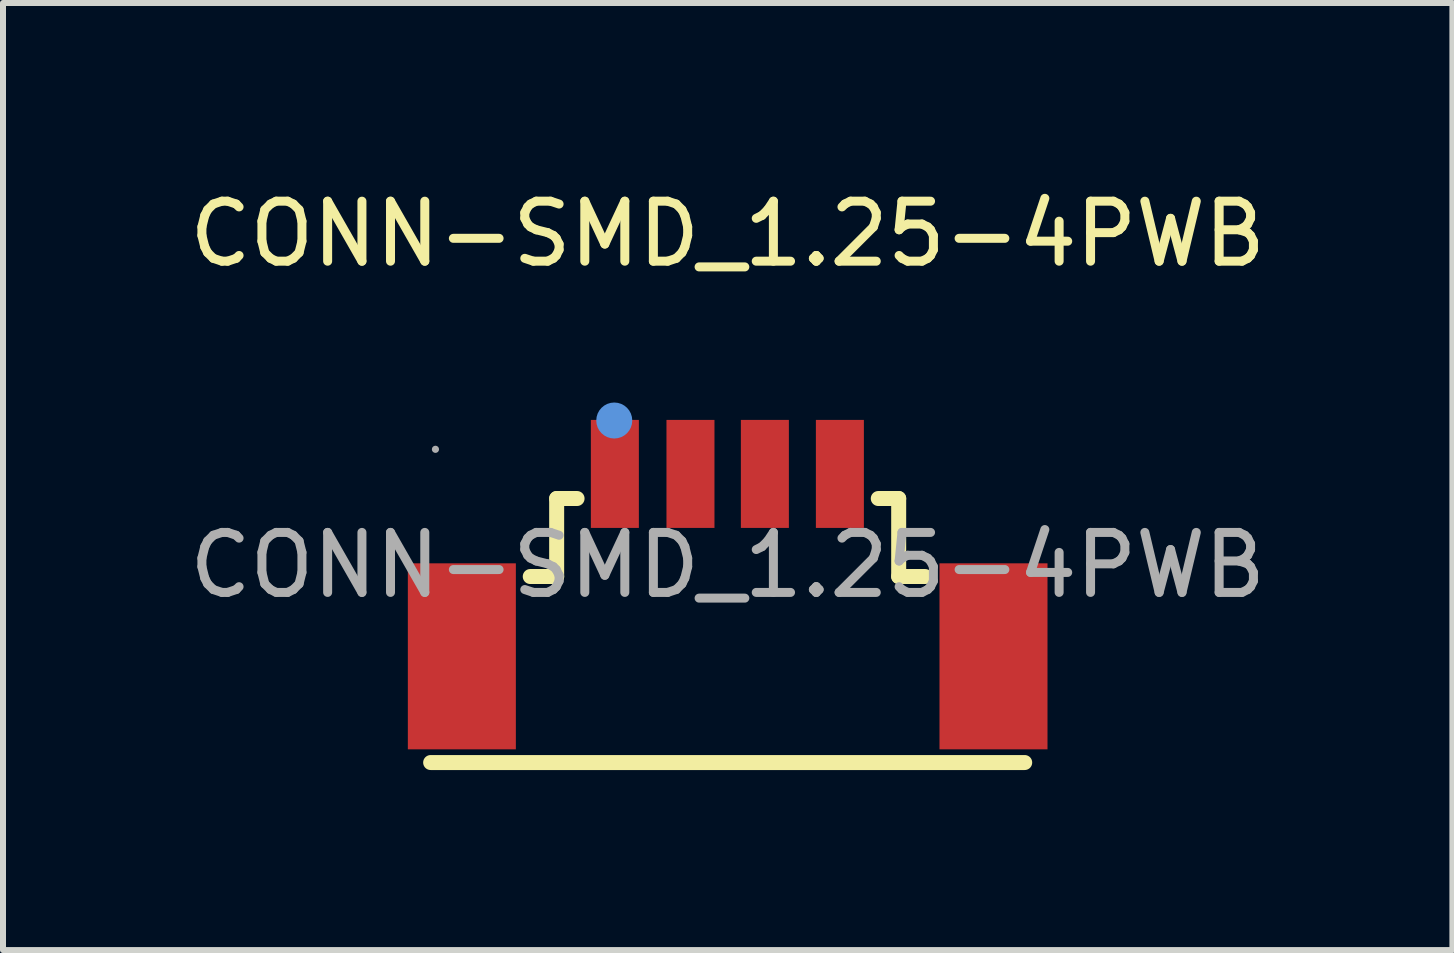
<source format=kicad_pcb>
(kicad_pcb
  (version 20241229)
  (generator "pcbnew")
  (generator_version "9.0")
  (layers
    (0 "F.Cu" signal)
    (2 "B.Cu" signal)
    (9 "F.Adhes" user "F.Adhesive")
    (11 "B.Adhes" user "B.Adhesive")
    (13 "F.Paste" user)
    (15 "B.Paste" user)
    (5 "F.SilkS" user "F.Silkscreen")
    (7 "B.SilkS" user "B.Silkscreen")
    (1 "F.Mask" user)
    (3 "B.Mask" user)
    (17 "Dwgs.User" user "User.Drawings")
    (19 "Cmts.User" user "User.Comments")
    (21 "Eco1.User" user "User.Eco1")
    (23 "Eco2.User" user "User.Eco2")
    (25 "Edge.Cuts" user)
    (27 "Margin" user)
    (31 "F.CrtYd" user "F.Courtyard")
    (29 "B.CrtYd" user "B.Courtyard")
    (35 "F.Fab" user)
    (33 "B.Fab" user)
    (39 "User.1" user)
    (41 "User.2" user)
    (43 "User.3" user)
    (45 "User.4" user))
  (footprint "CONN-SMD_1.25-4PWB"
    (layer "F.Cu")
    (at 9.077 6.368)
    (property "Reference" "CONN-SMD_1.25-4PWB" (at 0 -5.52 0) (layer "F.SilkS") (effects (font (size 1 1) (thickness 0.15))))
    (attr through_hole)
    (fp_line (start -4.95 3.29) (end 4.95 3.29) (stroke (width 0.25) (type solid)) (layer "F.SilkS"))
    (fp_line (start -2.85 -1.11) (end -2.85 0.19) (stroke (width 0.25) (type solid)) (layer "F.SilkS"))
    (fp_line (start -2.85 0.19) (end -3.29 0.19) (stroke (width 0.25) (type solid)) (layer "F.SilkS"))
    (fp_line (start -2.51 -1.11) (end -2.85 -1.11) (stroke (width 0.25) (type solid)) (layer "F.SilkS"))
    (fp_line (start 2.85 -1.11) (end 2.51 -1.11) (stroke (width 0.25) (type solid)) (layer "F.SilkS"))
    (fp_line (start 2.85 -1.11) (end 2.85 0.19) (stroke (width 0.25) (type solid)) (layer "F.SilkS"))
    (fp_line (start 2.85 0.19) (end 3.29 0.19) (stroke (width 0.25) (type solid)) (layer "F.SilkS"))
    (fp_circle (center -1.89 -2.41) (end -1.74 -2.41) (stroke (width 0.3) (type solid)) (fill no) (layer "Cmts.User"))
    (fp_circle (center -4.87 -1.93) (end -4.84 -1.93) (stroke (width 0.06) (type solid)) (fill no) (layer "F.Fab"))
    (fp_text user "${REFERENCE}" (at 0 0 0) (layer "F.Fab") (effects (font (size 1 1) (thickness 0.15))))
    (pad "1" smd rect (at -1.88 -1.52) (size 0.8 1.8) (layers "F.Cu" "F.Mask" "F.Paste"))
    (pad "2" smd rect (at -0.62 -1.52) (size 0.8 1.8) (layers "F.Cu" "F.Mask" "F.Paste"))
    (pad "3" smd rect (at 0.62 -1.52) (size 0.8 1.8) (layers "F.Cu" "F.Mask" "F.Paste"))
    (pad "4" smd rect (at 1.87 -1.52) (size 0.8 1.8) (layers "F.Cu" "F.Mask" "F.Paste"))
    (pad "5" smd rect (at -4.43 1.52) (size 1.8 3.1) (layers "F.Cu" "F.Mask" "F.Paste"))
    (pad "6" smd rect (at 4.43 1.52) (size 1.8 3.1) (layers "F.Cu" "F.Mask" "F.Paste")))
  (gr_rect
    (start -3 -3)
    (end 21.155 12.783)
    (stroke (width 0.1) (type default))
    (fill no)
    (layer "Edge.Cuts")))
</source>
